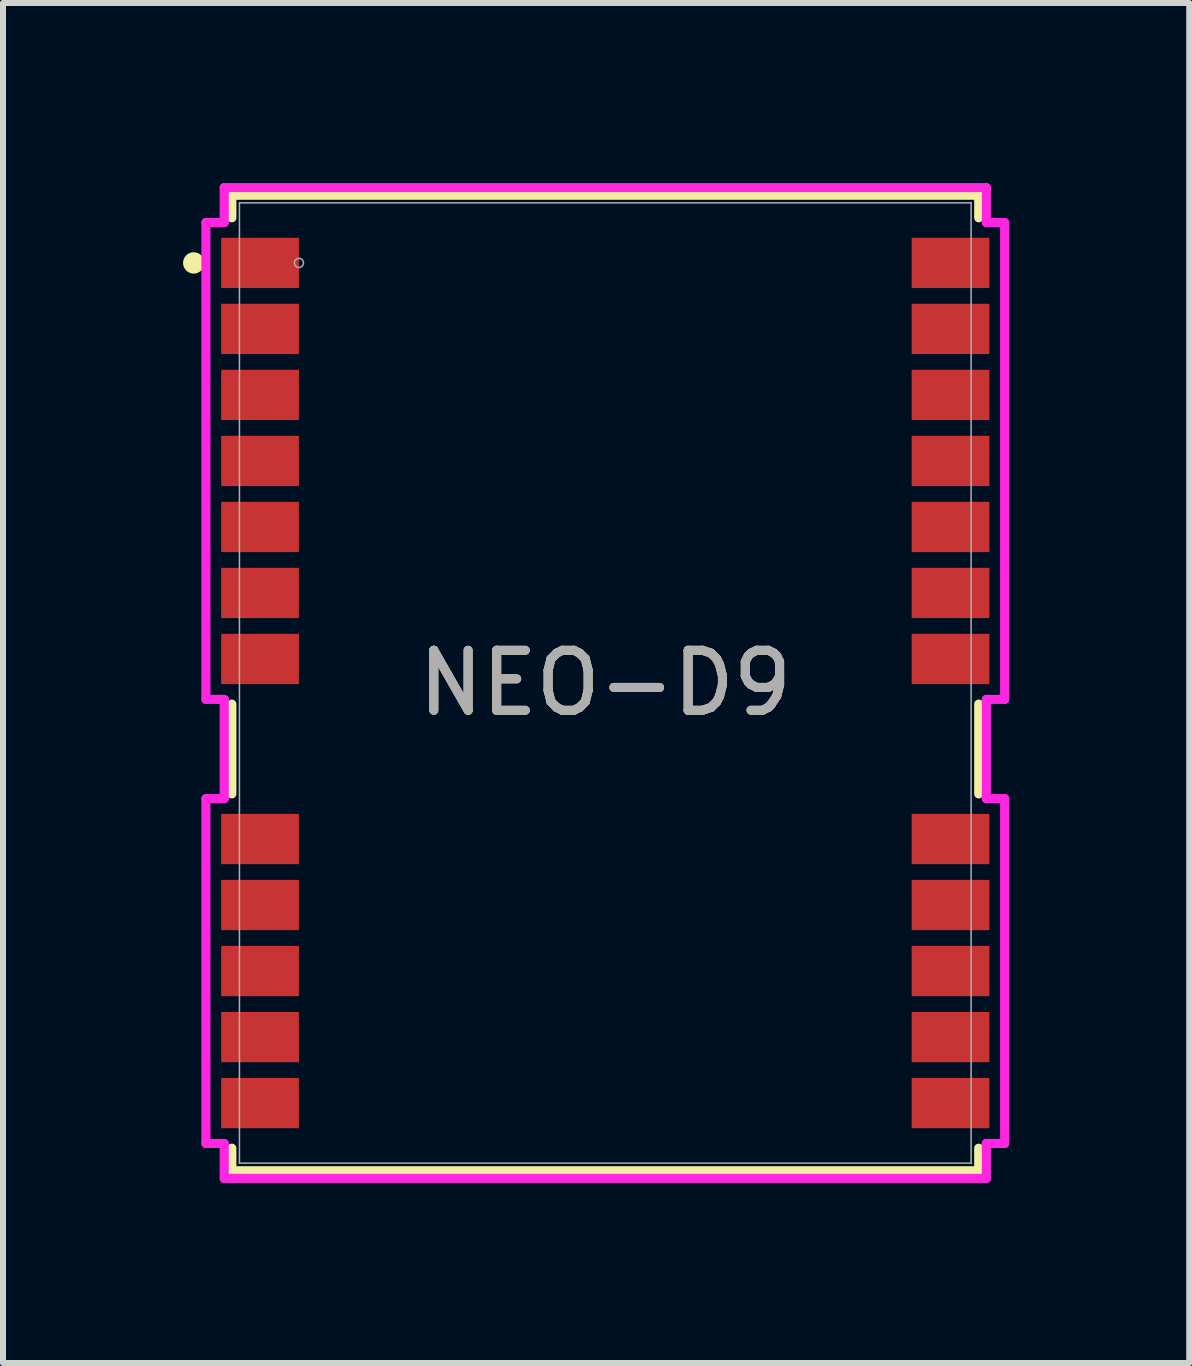
<source format=kicad_pcb>
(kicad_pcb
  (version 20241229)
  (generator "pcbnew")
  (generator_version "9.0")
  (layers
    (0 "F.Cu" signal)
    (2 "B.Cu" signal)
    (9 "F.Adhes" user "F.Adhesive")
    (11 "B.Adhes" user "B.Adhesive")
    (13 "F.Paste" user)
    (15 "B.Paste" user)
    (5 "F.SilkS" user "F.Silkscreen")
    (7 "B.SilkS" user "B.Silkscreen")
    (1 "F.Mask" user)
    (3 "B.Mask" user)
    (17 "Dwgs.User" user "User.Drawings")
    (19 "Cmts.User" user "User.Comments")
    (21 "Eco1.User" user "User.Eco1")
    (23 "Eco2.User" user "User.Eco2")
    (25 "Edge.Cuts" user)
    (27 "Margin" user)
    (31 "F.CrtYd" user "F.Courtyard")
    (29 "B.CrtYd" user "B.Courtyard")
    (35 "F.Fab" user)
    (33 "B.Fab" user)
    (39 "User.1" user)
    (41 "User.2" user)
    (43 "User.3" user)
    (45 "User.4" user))
  (footprint "NEO-D9"
    (layer "F.Cu")
    (at 7.036 8.331)
    (property "Reference" "NEO-D9" (at 0 0 0) (unlocked yes) (layer "F.SilkS") (effects (font (size 1 1) (thickness 0.15))))
    (attr smd)
    (fp_line (start -6.223 -8.128) (end 6.223 -8.128) (stroke (width 0.152) (type solid)) (layer "F.SilkS"))
    (fp_line (start -6.223 -7.752) (end -6.223 -8.128) (stroke (width 0.152) (type solid)) (layer "F.SilkS"))
    (fp_line (start -6.223 1.848) (end -6.223 0.352) (stroke (width 0.152) (type solid)) (layer "F.SilkS"))
    (fp_line (start -6.223 8.128) (end -6.223 7.752) (stroke (width 0.152) (type solid)) (layer "F.SilkS"))
    (fp_line (start 6.223 -8.128) (end 6.223 -7.752) (stroke (width 0.152) (type solid)) (layer "F.SilkS"))
    (fp_line (start 6.223 0.352) (end 6.223 1.848) (stroke (width 0.152) (type solid)) (layer "F.SilkS"))
    (fp_line (start 6.223 7.752) (end 6.223 8.128) (stroke (width 0.152) (type solid)) (layer "F.SilkS"))
    (fp_line (start 6.223 8.128) (end -6.223 8.128) (stroke (width 0.152) (type solid)) (layer "F.SilkS"))
    (fp_circle (center -6.858 -7) (end -6.756 -7) (stroke (width 0.152) (type solid)) (fill yes) (layer "F.SilkS"))
    (fp_line (start -6.655 -7.673) (end -6.655 0.273) (stroke (width 0.152) (type solid)) (layer "F.CrtYd"))
    (fp_line (start -6.655 0.273) (end -6.35 0.273) (stroke (width 0.152) (type solid)) (layer "F.CrtYd"))
    (fp_line (start -6.655 1.927) (end -6.655 7.673) (stroke (width 0.152) (type solid)) (layer "F.CrtYd"))
    (fp_line (start -6.655 7.673) (end -6.35 7.673) (stroke (width 0.152) (type solid)) (layer "F.CrtYd"))
    (fp_line (start -6.35 -8.255) (end -6.35 -7.673) (stroke (width 0.152) (type solid)) (layer "F.CrtYd"))
    (fp_line (start -6.35 -7.673) (end -6.655 -7.673) (stroke (width 0.152) (type solid)) (layer "F.CrtYd"))
    (fp_line (start -6.35 0.273) (end -6.35 1.927) (stroke (width 0.152) (type solid)) (layer "F.CrtYd"))
    (fp_line (start -6.35 1.927) (end -6.655 1.927) (stroke (width 0.152) (type solid)) (layer "F.CrtYd"))
    (fp_line (start -6.35 7.673) (end -6.35 8.255) (stroke (width 0.152) (type solid)) (layer "F.CrtYd"))
    (fp_line (start -6.35 8.255) (end 6.35 8.255) (stroke (width 0.152) (type solid)) (layer "F.CrtYd"))
    (fp_line (start 6.35 -8.255) (end -6.35 -8.255) (stroke (width 0.152) (type solid)) (layer "F.CrtYd"))
    (fp_line (start 6.35 -7.673) (end 6.35 -8.255) (stroke (width 0.152) (type solid)) (layer "F.CrtYd"))
    (fp_line (start 6.35 0.273) (end 6.655 0.273) (stroke (width 0.152) (type solid)) (layer "F.CrtYd"))
    (fp_line (start 6.35 1.927) (end 6.35 0.273) (stroke (width 0.152) (type solid)) (layer "F.CrtYd"))
    (fp_line (start 6.35 7.673) (end 6.655 7.673) (stroke (width 0.152) (type solid)) (layer "F.CrtYd"))
    (fp_line (start 6.35 8.255) (end 6.35 7.673) (stroke (width 0.152) (type solid)) (layer "F.CrtYd"))
    (fp_line (start 6.655 -7.673) (end 6.35 -7.673) (stroke (width 0.152) (type solid)) (layer "F.CrtYd"))
    (fp_line (start 6.655 0.273) (end 6.655 -7.673) (stroke (width 0.152) (type solid)) (layer "F.CrtYd"))
    (fp_line (start 6.655 1.927) (end 6.35 1.927) (stroke (width 0.152) (type solid)) (layer "F.CrtYd"))
    (fp_line (start 6.655 7.673) (end 6.655 1.927) (stroke (width 0.152) (type solid)) (layer "F.CrtYd"))
    (fp_line (start -6.096 -8.001) (end -6.096 8.001) (stroke (width 0.025) (type solid)) (layer "F.Fab"))
    (fp_line (start -6.096 8.001) (end 6.096 8.001) (stroke (width 0.025) (type solid)) (layer "F.Fab"))
    (fp_line (start 6.096 -8.001) (end -6.096 -8.001) (stroke (width 0.025) (type solid)) (layer "F.Fab"))
    (fp_line (start 6.096 8.001) (end 6.096 -8.001) (stroke (width 0.025) (type solid)) (layer "F.Fab"))
    (fp_circle (center -5.105 -7) (end -5.029 -7) (stroke (width 0.025) (type solid)) (fill no) (layer "F.Fab"))
    (fp_text user "${REFERENCE}" (at 0 0 0) (unlocked yes) (layer "F.Fab") (effects (font (size 1 1) (thickness 0.15))))
    (pad "1" smd rect (at -5.753 -7) (size 1.295 0.838) (layers "F.Cu" "F.Mask" "F.Paste"))
    (pad "2" smd rect (at -5.753 -5.9) (size 1.295 0.838) (layers "F.Cu" "F.Mask" "F.Paste"))
    (pad "3" smd rect (at -5.753 -4.8) (size 1.295 0.838) (layers "F.Cu" "F.Mask" "F.Paste"))
    (pad "4" smd rect (at -5.753 -3.7) (size 1.295 0.838) (layers "F.Cu" "F.Mask" "F.Paste"))
    (pad "5" smd rect (at -5.753 -2.6) (size 1.295 0.838) (layers "F.Cu" "F.Mask" "F.Paste"))
    (pad "6" smd rect (at -5.753 -1.5) (size 1.295 0.838) (layers "F.Cu" "F.Mask" "F.Paste"))
    (pad "7" smd rect (at -5.753 -0.4) (size 1.295 0.838) (layers "F.Cu" "F.Mask" "F.Paste"))
    (pad "8" smd rect (at -5.753 2.6) (size 1.295 0.838) (layers "F.Cu" "F.Mask" "F.Paste"))
    (pad "9" smd rect (at -5.753 3.7) (size 1.295 0.838) (layers "F.Cu" "F.Mask" "F.Paste"))
    (pad "10" smd rect (at -5.753 4.8) (size 1.295 0.838) (layers "F.Cu" "F.Mask" "F.Paste"))
    (pad "11" smd rect (at -5.753 5.9) (size 1.295 0.838) (layers "F.Cu" "F.Mask" "F.Paste"))
    (pad "12" smd rect (at -5.753 7) (size 1.295 0.838) (layers "F.Cu" "F.Mask" "F.Paste"))
    (pad "13" smd rect (at 5.753 7) (size 1.295 0.838) (layers "F.Cu" "F.Mask" "F.Paste"))
    (pad "14" smd rect (at 5.753 5.9) (size 1.295 0.838) (layers "F.Cu" "F.Mask" "F.Paste"))
    (pad "15" smd rect (at 5.753 4.8) (size 1.295 0.838) (layers "F.Cu" "F.Mask" "F.Paste"))
    (pad "16" smd rect (at 5.753 3.7) (size 1.295 0.838) (layers "F.Cu" "F.Mask" "F.Paste"))
    (pad "17" smd rect (at 5.753 2.6) (size 1.295 0.838) (layers "F.Cu" "F.Mask" "F.Paste"))
    (pad "18" smd rect (at 5.753 -0.4) (size 1.295 0.838) (layers "F.Cu" "F.Mask" "F.Paste"))
    (pad "19" smd rect (at 5.753 -1.5) (size 1.295 0.838) (layers "F.Cu" "F.Mask" "F.Paste"))
    (pad "20" smd rect (at 5.753 -2.6) (size 1.295 0.838) (layers "F.Cu" "F.Mask" "F.Paste"))
    (pad "21" smd rect (at 5.753 -3.7) (size 1.295 0.838) (layers "F.Cu" "F.Mask" "F.Paste"))
    (pad "22" smd rect (at 5.753 -4.8) (size 1.295 0.838) (layers "F.Cu" "F.Mask" "F.Paste"))
    (pad "23" smd rect (at 5.753 -5.9) (size 1.295 0.838) (layers "F.Cu" "F.Mask" "F.Paste"))
    (pad "24" smd rect (at 5.753 -7) (size 1.295 0.838) (layers "F.Cu" "F.Mask" "F.Paste")))
  (gr_rect
    (start -3 -3)
    (end 16.767 19.662)
    (stroke (width 0.1) (type default))
    (fill no)
    (layer "Edge.Cuts")))
</source>
